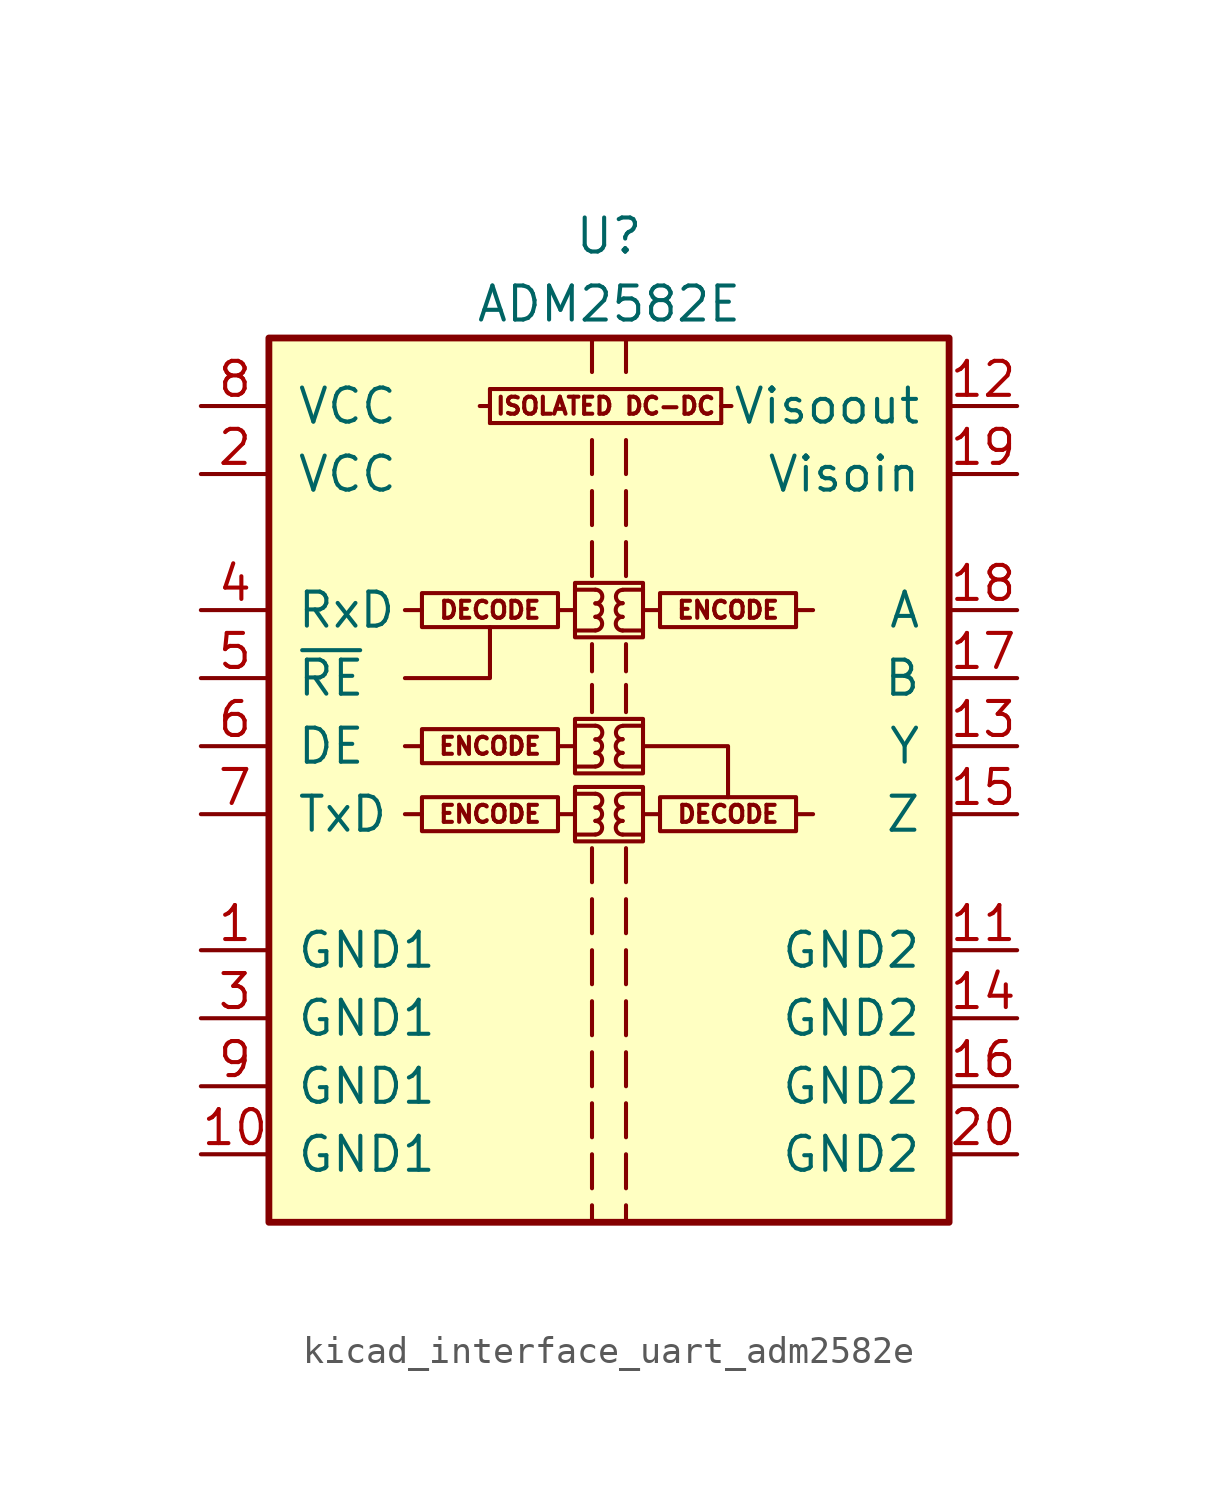
<source format=kicad_sym>
(kicad_symbol_lib
  (version 20220914)
  (generator kicad_symbol_editor)
  (symbol "kicad_interface_uart_adm2582e"
    (pin_names
      (offset 1.016))
    (property "Reference" "U"
      (at 0 21.59 0)
      (effects (font (size 1.27 1.27))))
    (property "Value" "ADM2582E"
      (at 0 19.05 0)
      (effects (font (size 1.27 1.27))))
    (symbol "kicad_interface_uart_adm2582e_0_0"
      (rectangle (start -1.905 0.635) (end -6.985 -0.635) (stroke (width 0) (type default)) (fill (type none)))
      (rectangle (start -1.27 1.016) (end 1.27 -1.016) (stroke (width 0) (type default)) (fill (type none)))
      (rectangle (start -1.27 3.556) (end 1.27 1.524) (stroke (width 0) (type default)) (fill (type none)))
      (rectangle (start -1.27 8.636) (end 1.27 6.604) (stroke (width 0) (type default)) (fill (type none)))
      (arc (start -0.508 -0.762) (mid -0.2551 -0.508) (end -0.508 -0.254) (stroke (width 0) (type default)) (fill (type none)))
      (arc (start -0.508 -0.254) (mid -0.2551 0) (end -0.508 0.254) (stroke (width 0) (type default)) (fill (type none)))
      (arc (start -0.508 0.254) (mid -0.2551 0.508) (end -0.508 0.762) (stroke (width 0) (type default)) (fill (type none)))
      (arc (start -0.508 1.778) (mid -0.2551 2.032) (end -0.508 2.286) (stroke (width 0) (type default)) (fill (type none)))
      (arc (start -0.508 2.286) (mid -0.2551 2.54) (end -0.508 2.794) (stroke (width 0) (type default)) (fill (type none)))
      (arc (start -0.508 2.794) (mid -0.2551 3.048) (end -0.508 3.302) (stroke (width 0) (type default)) (fill (type none)))
      (arc (start -0.508 6.858) (mid -0.2551 7.112) (end -0.508 7.366) (stroke (width 0) (type default)) (fill (type none)))
      (arc (start -0.508 7.366) (mid -0.2551 7.62) (end -0.508 7.874) (stroke (width 0) (type default)) (fill (type none)))
      (arc (start -0.508 7.874) (mid -0.2551 8.128) (end -0.508 8.382) (stroke (width 0) (type default)) (fill (type none)))
      (polyline (pts (xy -6.985 0) (xy -7.62 0)) (stroke (width 0) (type default)) (fill (type none)))
      (polyline (pts (xy -6.985 2.54) (xy -7.62 2.54)) (stroke (width 0) (type default)) (fill (type none)))
      (polyline (pts (xy -6.985 7.62) (xy -7.62 7.62)) (stroke (width 0) (type default)) (fill (type none)))
      (polyline (pts (xy -4.445 14.605) (xy 4.191 14.605)) (stroke (width 0) (type default)) (fill (type none)))
      (polyline (pts (xy -4.445 15.24) (xy -4.826 15.24)) (stroke (width 0) (type default)) (fill (type none)))
      (polyline (pts (xy -4.445 15.875) (xy -4.445 14.605)) (stroke (width 0) (type default)) (fill (type none)))
      (polyline (pts (xy -1.905 0) (xy -1.27 0)) (stroke (width 0) (type default)) (fill (type none)))
      (polyline (pts (xy -1.905 2.54) (xy -1.27 2.54)) (stroke (width 0) (type default)) (fill (type none)))
      (polyline (pts (xy -1.905 7.62) (xy -1.27 7.62)) (stroke (width 0) (type default)) (fill (type none)))
      (polyline (pts (xy -1.27 -0.762) (xy -0.508 -0.762)) (stroke (width 0) (type default)) (fill (type none)))
      (polyline (pts (xy -1.27 0.762) (xy -0.508 0.762)) (stroke (width 0) (type default)) (fill (type none)))
      (polyline (pts (xy -1.27 1.778) (xy -0.508 1.778)) (stroke (width 0) (type default)) (fill (type none)))
      (polyline (pts (xy -1.27 3.302) (xy -0.508 3.302)) (stroke (width 0) (type default)) (fill (type none)))
      (polyline (pts (xy -1.27 6.858) (xy -0.508 6.858)) (stroke (width 0) (type default)) (fill (type none)))
      (polyline (pts (xy -1.27 8.382) (xy -0.508 8.382)) (stroke (width 0) (type default)) (fill (type none)))
      (polyline (pts (xy -0.635 -14.605) (xy -0.635 -15.24)) (stroke (width 0) (type default)) (fill (type none)))
      (polyline (pts (xy -0.635 -12.7) (xy -0.635 -13.97)) (stroke (width 0) (type default)) (fill (type none)))
      (polyline (pts (xy -0.635 -10.795) (xy -0.635 -12.065)) (stroke (width 0) (type default)) (fill (type none)))
      (polyline (pts (xy -0.635 -8.89) (xy -0.635 -10.16)) (stroke (width 0) (type default)) (fill (type none)))
      (polyline (pts (xy -0.635 -6.985) (xy -0.635 -8.255)) (stroke (width 0) (type default)) (fill (type none)))
      (polyline (pts (xy -0.635 -5.08) (xy -0.635 -6.35)) (stroke (width 0) (type default)) (fill (type none)))
      (polyline (pts (xy -0.635 -3.175) (xy -0.635 -4.445)) (stroke (width 0) (type default)) (fill (type none)))
      (polyline (pts (xy -0.635 -1.27) (xy -0.635 -2.54)) (stroke (width 0) (type default)) (fill (type none)))
      (polyline (pts (xy -0.635 4.826) (xy -0.635 3.81)) (stroke (width 0) (type default)) (fill (type none)))
      (polyline (pts (xy -0.635 6.35) (xy -0.635 5.334)) (stroke (width 0) (type default)) (fill (type none)))
      (polyline (pts (xy -0.635 8.89) (xy -0.635 10.16)) (stroke (width 0) (type default)) (fill (type none)))
      (polyline (pts (xy -0.635 10.795) (xy -0.635 12.065)) (stroke (width 0) (type default)) (fill (type none)))
      (polyline (pts (xy -0.635 12.7) (xy -0.635 13.97)) (stroke (width 0) (type default)) (fill (type none)))
      (polyline (pts (xy -0.635 17.78) (xy -0.635 16.51)) (stroke (width 0) (type default)) (fill (type none)))
      (polyline (pts (xy 0.635 -14.605) (xy 0.635 -15.24)) (stroke (width 0) (type default)) (fill (type none)))
      (polyline (pts (xy 0.635 -12.7) (xy 0.635 -13.97)) (stroke (width 0) (type default)) (fill (type none)))
      (polyline (pts (xy 0.635 -10.795) (xy 0.635 -12.065)) (stroke (width 0) (type default)) (fill (type none)))
      (polyline (pts (xy 0.635 -8.89) (xy 0.635 -10.16)) (stroke (width 0) (type default)) (fill (type none)))
      (polyline (pts (xy 0.635 -6.985) (xy 0.635 -8.255)) (stroke (width 0) (type default)) (fill (type none)))
      (polyline (pts (xy 0.635 -5.08) (xy 0.635 -6.35)) (stroke (width 0) (type default)) (fill (type none)))
      (polyline (pts (xy 0.635 -3.175) (xy 0.635 -4.445)) (stroke (width 0) (type default)) (fill (type none)))
      (polyline (pts (xy 0.635 -1.27) (xy 0.635 -2.54)) (stroke (width 0) (type default)) (fill (type none)))
      (polyline (pts (xy 0.635 3.81) (xy 0.635 4.826)) (stroke (width 0) (type default)) (fill (type none)))
      (polyline (pts (xy 0.635 6.35) (xy 0.635 5.334)) (stroke (width 0) (type default)) (fill (type none)))
      (polyline (pts (xy 0.635 8.89) (xy 0.635 10.16)) (stroke (width 0) (type default)) (fill (type none)))
      (polyline (pts (xy 0.635 12.065) (xy 0.635 10.795)) (stroke (width 0) (type default)) (fill (type none)))
      (polyline (pts (xy 0.635 13.97) (xy 0.635 12.7)) (stroke (width 0) (type default)) (fill (type none)))
      (polyline (pts (xy 0.635 17.78) (xy 0.635 16.51)) (stroke (width 0) (type default)) (fill (type none)))
      (polyline (pts (xy 1.27 -0.762) (xy 0.508 -0.762)) (stroke (width 0) (type default)) (fill (type none)))
      (polyline (pts (xy 1.27 0.762) (xy 0.508 0.762)) (stroke (width 0) (type default)) (fill (type none)))
      (polyline (pts (xy 1.27 1.778) (xy 0.508 1.778)) (stroke (width 0) (type default)) (fill (type none)))
      (polyline (pts (xy 1.27 3.302) (xy 0.508 3.302)) (stroke (width 0) (type default)) (fill (type none)))
      (polyline (pts (xy 1.27 6.858) (xy 0.508 6.858)) (stroke (width 0) (type default)) (fill (type none)))
      (polyline (pts (xy 1.27 8.382) (xy 0.508 8.382)) (stroke (width 0) (type default)) (fill (type none)))
      (polyline (pts (xy 1.905 0) (xy 1.27 0)) (stroke (width 0) (type default)) (fill (type none)))
      (polyline (pts (xy 1.905 7.62) (xy 1.27 7.62)) (stroke (width 0) (type default)) (fill (type none)))
      (polyline (pts (xy 4.191 15.24) (xy 4.572 15.24)) (stroke (width 0) (type default)) (fill (type none)))
      (polyline (pts (xy 4.191 15.875) (xy -4.445 15.875)) (stroke (width 0) (type default)) (fill (type none)))
      (polyline (pts (xy 4.191 15.875) (xy 4.191 14.605)) (stroke (width 0) (type default)) (fill (type none)))
      (polyline (pts (xy 6.985 0) (xy 7.62 0)) (stroke (width 0) (type default)) (fill (type none)))
      (polyline (pts (xy 6.985 7.62) (xy 7.62 7.62)) (stroke (width 0) (type default)) (fill (type none)))
      (arc (start 0.508 -0.254) (mid 0.2551 -0.508) (end 0.508 -0.762) (stroke (width 0) (type default)) (fill (type none)))
      (arc (start 0.508 0.254) (mid 0.2551 0) (end 0.508 -0.254) (stroke (width 0) (type default)) (fill (type none)))
      (arc (start 0.508 0.762) (mid 0.2551 0.508) (end 0.508 0.254) (stroke (width 0) (type default)) (fill (type none)))
      (arc (start 0.508 2.286) (mid 0.2551 2.032) (end 0.508 1.778) (stroke (width 0) (type default)) (fill (type none)))
      (arc (start 0.508 2.794) (mid 0.2551 2.54) (end 0.508 2.286) (stroke (width 0) (type default)) (fill (type none)))
      (arc (start 0.508 3.302) (mid 0.2551 3.048) (end 0.508 2.794) (stroke (width 0) (type default)) (fill (type none)))
      (arc (start 0.508 7.366) (mid 0.2551 7.112) (end 0.508 6.858) (stroke (width 0) (type default)) (fill (type none)))
      (arc (start 0.508 7.874) (mid 0.2551 7.62) (end 0.508 7.366) (stroke (width 0) (type default)) (fill (type none)))
      (arc (start 0.508 8.382) (mid 0.2551 8.128) (end 0.508 7.874) (stroke (width 0) (type default)) (fill (type none)))
      (rectangle (start 1.905 0.635) (end 6.985 -0.635) (stroke (width 0) (type default)) (fill (type none)))
      (rectangle (start 1.905 8.255) (end 6.985 6.985) (stroke (width 0) (type default)) (fill (type none)))
      (text "DECODE" (at -4.445 7.62 0) (effects (font (size 0.635 0.635))))
      (text "DECODE" (at 4.445 0 0) (effects (font (size 0.635 0.635))))
      (text "ENCODE" (at -4.445 0 0) (effects (font (size 0.635 0.635))))
      (text "ENCODE" (at -4.445 2.54 0) (effects (font (size 0.635 0.635))))
      (text "ENCODE" (at 4.445 7.62 0) (effects (font (size 0.635 0.635))))
      (text "ISOLATED DC-DC" (at -0.127 15.24 0) (effects (font (size 0.635 0.635)))))
    (symbol "kicad_interface_uart_adm2582e_0_1"
      (rectangle (start -12.7 17.78) (end 12.7 -15.24) (stroke (width 0.254) (type default)) (fill (type background)))
      (rectangle (start -1.905 3.175) (end -6.985 1.905) (stroke (width 0) (type default)) (fill (type none)))
      (rectangle (start -1.905 8.255) (end -6.985 6.985) (stroke (width 0) (type default)) (fill (type none)))
      (polyline (pts (xy -7.62 5.08) (xy -4.445 5.08) (xy -4.445 6.985)) (stroke (width 0) (type default)) (fill (type none)))
      (polyline (pts (xy 1.27 2.54) (xy 4.445 2.54) (xy 4.445 0.635)) (stroke (width 0) (type default)) (fill (type none))))
    (symbol "kicad_interface_uart_adm2582e_1_1"
      (pin power_in line (at -15.24 -5.08 0) (length 2.54) (name "GND1" (effects (font (size 1.27 1.27)))) (number "1" (effects (font (size 1.27 1.27)))))
      (pin power_in line (at -15.24 -12.7 0) (length 2.54) (name "GND1" (effects (font (size 1.27 1.27)))) (number "10" (effects (font (size 1.27 1.27)))))
      (pin power_in line (at 15.24 -5.08 180) (length 2.54) (name "GND2" (effects (font (size 1.27 1.27)))) (number "11" (effects (font (size 1.27 1.27)))))
      (pin power_out line (at 15.24 15.24 180) (length 2.54) (name "Visoout" (effects (font (size 1.27 1.27)))) (number "12" (effects (font (size 1.27 1.27)))))
      (pin output line (at 15.24 2.54 180) (length 2.54) (name "Y" (effects (font (size 1.27 1.27)))) (number "13" (effects (font (size 1.27 1.27)))))
      (pin power_in line (at 15.24 -7.62 180) (length 2.54) (name "GND2" (effects (font (size 1.27 1.27)))) (number "14" (effects (font (size 1.27 1.27)))))
      (pin output line (at 15.24 0 180) (length 2.54) (name "Z" (effects (font (size 1.27 1.27)))) (number "15" (effects (font (size 1.27 1.27)))))
      (pin power_in line (at 15.24 -10.16 180) (length 2.54) (name "GND2" (effects (font (size 1.27 1.27)))) (number "16" (effects (font (size 1.27 1.27)))))
      (pin input line (at 15.24 5.08 180) (length 2.54) (name "B" (effects (font (size 1.27 1.27)))) (number "17" (effects (font (size 1.27 1.27)))))
      (pin input line (at 15.24 7.62 180) (length 2.54) (name "A" (effects (font (size 1.27 1.27)))) (number "18" (effects (font (size 1.27 1.27)))))
      (pin power_in line (at 15.24 12.7 180) (length 2.54) (name "Visoin" (effects (font (size 1.27 1.27)))) (number "19" (effects (font (size 1.27 1.27)))))
      (pin power_in line (at -15.24 12.7 0) (length 2.54) (name "VCC" (effects (font (size 1.27 1.27)))) (number "2" (effects (font (size 1.27 1.27)))))
      (pin power_in line (at 15.24 -12.7 180) (length 2.54) (name "GND2" (effects (font (size 1.27 1.27)))) (number "20" (effects (font (size 1.27 1.27)))))
      (pin power_in line (at -15.24 -7.62 0) (length 2.54) (name "GND1" (effects (font (size 1.27 1.27)))) (number "3" (effects (font (size 1.27 1.27)))))
      (pin output line (at -15.24 7.62 0) (length 2.54) (name "RxD" (effects (font (size 1.27 1.27)))) (number "4" (effects (font (size 1.27 1.27)))))
      (pin input line (at -15.24 5.08 0) (length 2.54) (name "~{RE}" (effects (font (size 1.27 1.27)))) (number "5" (effects (font (size 1.27 1.27)))))
      (pin input line (at -15.24 2.54 0) (length 2.54) (name "DE" (effects (font (size 1.27 1.27)))) (number "6" (effects (font (size 1.27 1.27)))))
      (pin input line (at -15.24 0 0) (length 2.54) (name "TxD" (effects (font (size 1.27 1.27)))) (number "7" (effects (font (size 1.27 1.27)))))
      (pin power_in line (at -15.24 15.24 0) (length 2.54) (name "VCC" (effects (font (size 1.27 1.27)))) (number "8" (effects (font (size 1.27 1.27)))))
      (pin power_in line (at -15.24 -10.16 0) (length 2.54) (name "GND1" (effects (font (size 1.27 1.27)))) (number "9" (effects (font (size 1.27 1.27))))))))
</source>
